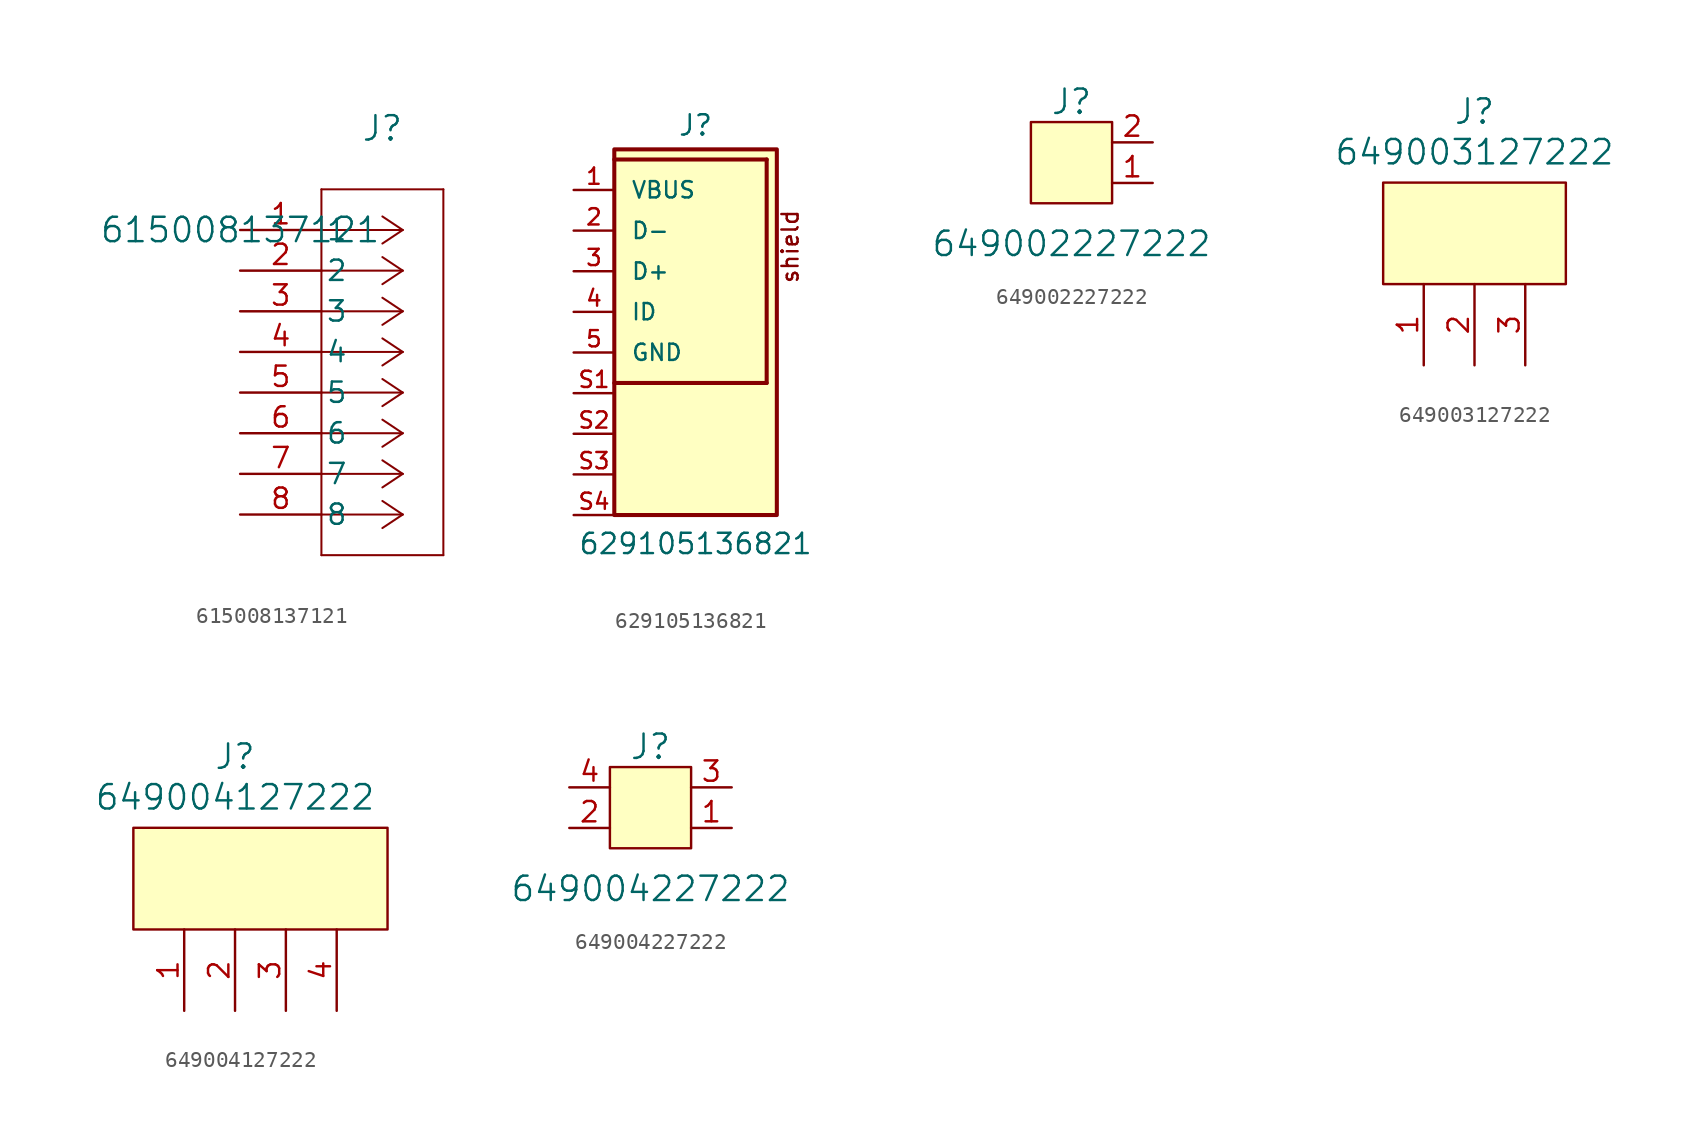
<source format=kicad_sym>
(kicad_symbol_lib
  (version 20241209)
  (generator "kicad_symbol_editor")
  (generator_version "9.0")
  (symbol "615008137121"
    (pin_names
      (offset 0.254))
    (property "Reference" "J"
      (at 8.89 6.35 0)
      (effects (font (size 1.524 1.524))))
    (property "Value" "615008137121"
      (at 0 0 0)
      (effects (font (size 1.524 1.524))))
    (symbol "615008137121_0_1"
      (polyline (pts (xy 5.08 2.54) (xy 5.08 -20.32)) (stroke (width 0.127) (type default)) (fill (type none)))
      (polyline (pts (xy 5.08 -20.32) (xy 12.7 -20.32)) (stroke (width 0.127) (type default)) (fill (type none)))
      (polyline (pts (xy 10.16 0) (xy 5.08 0)) (stroke (width 0.127) (type default)) (fill (type none)))
      (polyline (pts (xy 10.16 0) (xy 8.89 0.847)) (stroke (width 0.127) (type default)) (fill (type none)))
      (polyline (pts (xy 10.16 0) (xy 8.89 -0.847)) (stroke (width 0.127) (type default)) (fill (type none)))
      (polyline (pts (xy 10.16 -2.54) (xy 5.08 -2.54)) (stroke (width 0.127) (type default)) (fill (type none)))
      (polyline (pts (xy 10.16 -2.54) (xy 8.89 -1.693)) (stroke (width 0.127) (type default)) (fill (type none)))
      (polyline (pts (xy 10.16 -2.54) (xy 8.89 -3.387)) (stroke (width 0.127) (type default)) (fill (type none)))
      (polyline (pts (xy 10.16 -5.08) (xy 5.08 -5.08)) (stroke (width 0.127) (type default)) (fill (type none)))
      (polyline (pts (xy 10.16 -5.08) (xy 8.89 -4.233)) (stroke (width 0.127) (type default)) (fill (type none)))
      (polyline (pts (xy 10.16 -5.08) (xy 8.89 -5.927)) (stroke (width 0.127) (type default)) (fill (type none)))
      (polyline (pts (xy 10.16 -7.62) (xy 5.08 -7.62)) (stroke (width 0.127) (type default)) (fill (type none)))
      (polyline (pts (xy 10.16 -7.62) (xy 8.89 -6.773)) (stroke (width 0.127) (type default)) (fill (type none)))
      (polyline (pts (xy 10.16 -7.62) (xy 8.89 -8.467)) (stroke (width 0.127) (type default)) (fill (type none)))
      (polyline (pts (xy 10.16 -10.16) (xy 5.08 -10.16)) (stroke (width 0.127) (type default)) (fill (type none)))
      (polyline (pts (xy 10.16 -10.16) (xy 8.89 -9.313)) (stroke (width 0.127) (type default)) (fill (type none)))
      (polyline (pts (xy 10.16 -10.16) (xy 8.89 -11.007)) (stroke (width 0.127) (type default)) (fill (type none)))
      (polyline (pts (xy 10.16 -12.7) (xy 5.08 -12.7)) (stroke (width 0.127) (type default)) (fill (type none)))
      (polyline (pts (xy 10.16 -12.7) (xy 8.89 -11.853)) (stroke (width 0.127) (type default)) (fill (type none)))
      (polyline (pts (xy 10.16 -12.7) (xy 8.89 -13.547)) (stroke (width 0.127) (type default)) (fill (type none)))
      (polyline (pts (xy 10.16 -15.24) (xy 5.08 -15.24)) (stroke (width 0.127) (type default)) (fill (type none)))
      (polyline (pts (xy 10.16 -15.24) (xy 8.89 -14.393)) (stroke (width 0.127) (type default)) (fill (type none)))
      (polyline (pts (xy 10.16 -15.24) (xy 8.89 -16.087)) (stroke (width 0.127) (type default)) (fill (type none)))
      (polyline (pts (xy 10.16 -17.78) (xy 5.08 -17.78)) (stroke (width 0.127) (type default)) (fill (type none)))
      (polyline (pts (xy 10.16 -17.78) (xy 8.89 -16.933)) (stroke (width 0.127) (type default)) (fill (type none)))
      (polyline (pts (xy 10.16 -17.78) (xy 8.89 -18.627)) (stroke (width 0.127) (type default)) (fill (type none)))
      (polyline (pts (xy 12.7 2.54) (xy 5.08 2.54)) (stroke (width 0.127) (type default)) (fill (type none)))
      (polyline (pts (xy 12.7 -20.32) (xy 12.7 2.54)) (stroke (width 0.127) (type default)) (fill (type none)))
      (pin unspecified line (at 0 0 0) (length 5.08) (name "1" (effects (font (size 1.27 1.27)))) (number "1" (effects (font (size 1.27 1.27)))))
      (pin unspecified line (at 0 -2.54 0) (length 5.08) (name "2" (effects (font (size 1.27 1.27)))) (number "2" (effects (font (size 1.27 1.27)))))
      (pin unspecified line (at 0 -5.08 0) (length 5.08) (name "3" (effects (font (size 1.27 1.27)))) (number "3" (effects (font (size 1.27 1.27)))))
      (pin unspecified line (at 0 -7.62 0) (length 5.08) (name "4" (effects (font (size 1.27 1.27)))) (number "4" (effects (font (size 1.27 1.27)))))
      (pin unspecified line (at 0 -10.16 0) (length 5.08) (name "5" (effects (font (size 1.27 1.27)))) (number "5" (effects (font (size 1.27 1.27)))))
      (pin unspecified line (at 0 -12.7 0) (length 5.08) (name "6" (effects (font (size 1.27 1.27)))) (number "6" (effects (font (size 1.27 1.27)))))
      (pin unspecified line (at 0 -15.24 0) (length 5.08) (name "7" (effects (font (size 1.27 1.27)))) (number "7" (effects (font (size 1.27 1.27)))))
      (pin unspecified line (at 0 -17.78 0) (length 5.08) (name "8" (effects (font (size 1.27 1.27)))) (number "8" (effects (font (size 1.27 1.27)))))))
  (symbol "629105136821"
    (pin_names
      (offset 1.016))
    (property "Reference" "J"
      (at 0 8.382 0)
      (effects (font (size 1.27 1.27)) (justify bottom)))
    (property "Value" "629105136821"
      (at 0 -17.78 0)
      (effects (font (size 1.27 1.27)) (justify bottom)))
    (symbol "629105136821_0_0"
      (rectangle (start -5.08 7.62) (end 5.08 -15.24) (stroke (width 0.254) (type default)) (fill (type background)))
      (polyline (pts (xy -5.08 6.985) (xy 4.445 6.985)) (stroke (width 0.254) (type default)) (fill (type none)))
      (polyline (pts (xy 4.445 6.985) (xy 4.445 -6.985)) (stroke (width 0.254) (type default)) (fill (type none)))
      (polyline (pts (xy 4.445 -6.985) (xy -5.08 -6.985)) (stroke (width 0.254) (type default)) (fill (type none)))
      (text "shield" (at 6.51 -0.83 900) (effects (font (size 1.016 1.016)) (justify left bottom)))
      (pin passive line (at -7.62 2.54 0) (length 2.54) (name "D-" (effects (font (size 1.016 1.016)))) (number "2" (effects (font (size 1.016 1.016)))))
      (pin passive line (at -7.62 0 0) (length 2.54) (name "D+" (effects (font (size 1.016 1.016)))) (number "3" (effects (font (size 1.016 1.016)))))
      (pin passive line (at -7.62 -2.54 0) (length 2.54) (name "ID" (effects (font (size 1.016 1.016)))) (number "4" (effects (font (size 1.016 1.016)))))
      (pin passive line (at -7.62 -5.08 0) (length 2.54) (name "GND" (effects (font (size 1.016 1.016)))) (number "5" (effects (font (size 1.016 1.016)))))
      (pin passive line (at -7.62 -7.62 0) (length 2.54) (name "~" (effects (font (size 1.016 1.016)))) (number "S1" (effects (font (size 1.016 1.016)))))
      (pin passive line (at -7.62 -10.16 0) (length 2.54) (name "~" (effects (font (size 1.016 1.016)))) (number "S2" (effects (font (size 1.016 1.016)))))
      (pin passive line (at -7.62 -12.7 0) (length 2.54) (name "~" (effects (font (size 1.016 1.016)))) (number "S3" (effects (font (size 1.016 1.016)))))
      (pin passive line (at -7.62 -15.24 0) (length 2.54) (name "~" (effects (font (size 1.016 1.016)))) (number "S4" (effects (font (size 1.016 1.016))))))
    (symbol "629105136821_1_0"
      (pin passive line (at -7.62 5.08 0) (length 2.54) (name "VBUS" (effects (font (size 1.016 1.016)))) (number "1" (effects (font (size 1.016 1.016)))))))
  (symbol "649002227222"
    (pin_names
      (offset 0)
      (hide yes))
    (property "Reference" "J"
      (at 0 5.08 0)
      (effects (font (size 1.524 1.524))))
    (property "Value" "649002227222"
      (at 0 -3.81 0)
      (effects (font (size 1.524 1.524))))
    (symbol "649002227222_0_1"
      (rectangle (start -2.54 3.81) (end 2.54 -1.27) (stroke (width 0) (type default)) (fill (type background))))
    (symbol "649002227222_1_1"
      (pin passive line (at 5.08 2.54 180) (length 2.54) (name "2" (effects (font (size 1.27 1.27)))) (number "2" (effects (font (size 1.27 1.27)))))
      (pin passive line (at 5.08 0 180) (length 2.54) (name "1" (effects (font (size 1.27 1.27)))) (number "1" (effects (font (size 1.27 1.27)))))))
  (symbol "649003127222"
    (pin_names
      (offset 1.016))
    (property "Reference" "J"
      (at 0 13.97 0)
      (effects (font (size 1.524 1.524))))
    (property "Value" "649003127222"
      (at 0 11.43 0)
      (effects (font (size 1.524 1.524))))
    (symbol "649003127222_0_1"
      (rectangle (start -5.715 3.175) (end 5.715 9.525) (stroke (width 0) (type default)) (fill (type background))))
    (symbol "649003127222_1_1"
      (pin input line (at -3.175 -1.905 90) (length 5.08) (name "~" (effects (font (size 1.27 1.27)))) (number "1" (effects (font (size 1.27 1.27)))))
      (pin input line (at 0 -1.905 90) (length 5.08) (name "~" (effects (font (size 1.27 1.27)))) (number "2" (effects (font (size 1.27 1.27)))))
      (pin input line (at 3.175 -1.905 90) (length 5.08) (name "~" (effects (font (size 1.27 1.27)))) (number "3" (effects (font (size 1.27 1.27)))))))
  (symbol "649004127222"
    (pin_names
      (offset 1.016))
    (property "Reference" "J"
      (at 0 13.97 0)
      (effects (font (size 1.524 1.524))))
    (property "Value" "649004127222"
      (at 0 11.43 0)
      (effects (font (size 1.524 1.524))))
    (symbol "649004127222_0_1"
      (rectangle (start -6.35 3.175) (end 9.525 9.525) (stroke (width 0) (type default)) (fill (type background))))
    (symbol "649004127222_1_1"
      (pin bidirectional line (at -3.175 -1.905 90) (length 5.08) (name "~" (effects (font (size 1.27 1.27)))) (number "1" (effects (font (size 1.27 1.27)))))
      (pin bidirectional line (at 0 -1.905 90) (length 5.08) (name "~" (effects (font (size 1.27 1.27)))) (number "2" (effects (font (size 1.27 1.27)))))
      (pin bidirectional line (at 3.175 -1.905 90) (length 5.08) (name "~" (effects (font (size 1.27 1.27)))) (number "3" (effects (font (size 1.27 1.27)))))
      (pin bidirectional line (at 6.35 -1.905 90) (length 5.08) (name "~" (effects (font (size 1.27 1.27)))) (number "4" (effects (font (size 1.27 1.27)))))))
  (symbol "649004227222"
    (pin_names
      (offset 0)
      (hide yes))
    (property "Reference" "J"
      (at 0 5.08 0)
      (effects (font (size 1.524 1.524))))
    (property "Value" "649004227222"
      (at 0 -3.81 0)
      (effects (font (size 1.524 1.524))))
    (symbol "649004227222_0_1"
      (rectangle (start -2.54 3.81) (end 2.54 -1.27) (stroke (width 0) (type default)) (fill (type background))))
    (symbol "649004227222_1_1"
      (pin passive line (at -5.08 2.54 0) (length 2.54) (name "4" (effects (font (size 1.27 1.27)))) (number "4" (effects (font (size 1.27 1.27)))))
      (pin passive line (at -5.08 0 0) (length 2.54) (name "2" (effects (font (size 1.27 1.27)))) (number "2" (effects (font (size 1.27 1.27)))))
      (pin passive line (at 5.08 2.54 180) (length 2.54) (name "3" (effects (font (size 1.27 1.27)))) (number "3" (effects (font (size 1.27 1.27)))))
      (pin passive line (at 5.08 0 180) (length 2.54) (name "1" (effects (font (size 1.27 1.27)))) (number "1" (effects (font (size 1.27 1.27))))))))
</source>
